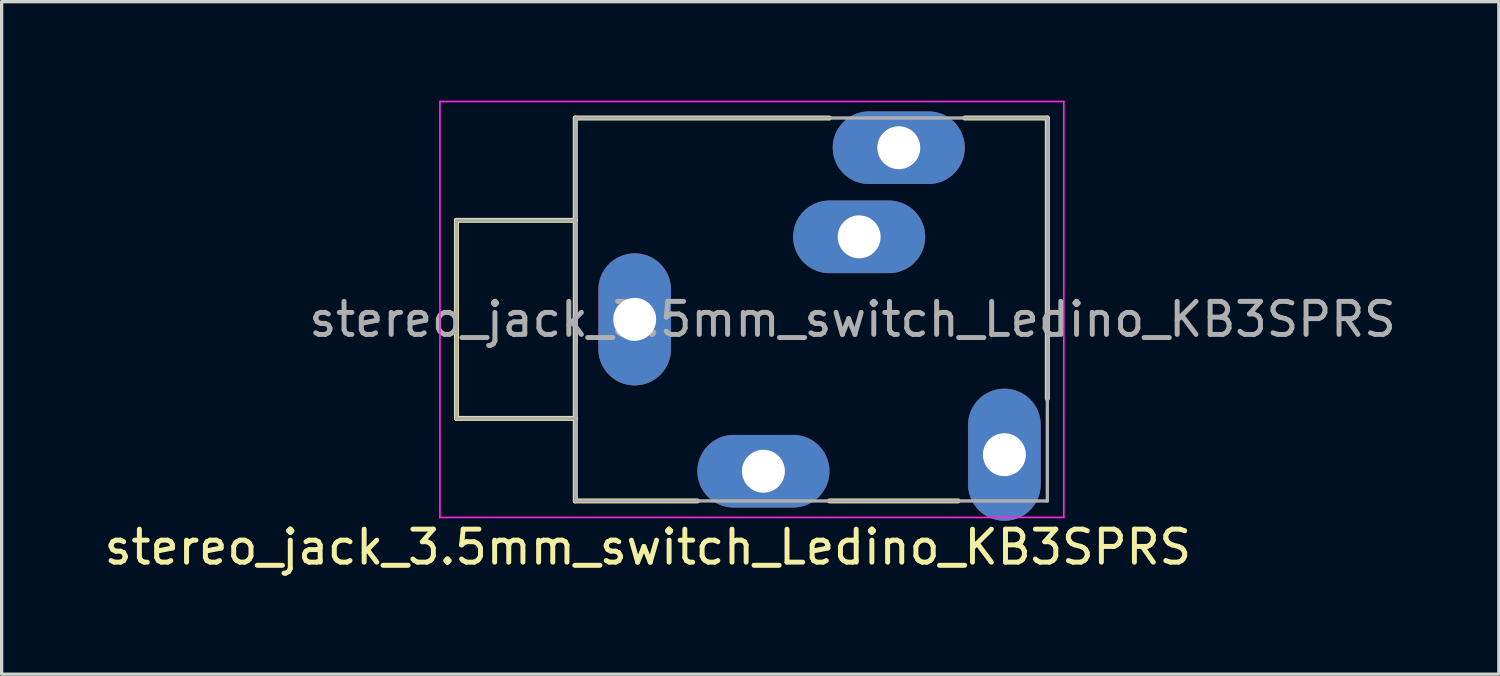
<source format=kicad_pcb>
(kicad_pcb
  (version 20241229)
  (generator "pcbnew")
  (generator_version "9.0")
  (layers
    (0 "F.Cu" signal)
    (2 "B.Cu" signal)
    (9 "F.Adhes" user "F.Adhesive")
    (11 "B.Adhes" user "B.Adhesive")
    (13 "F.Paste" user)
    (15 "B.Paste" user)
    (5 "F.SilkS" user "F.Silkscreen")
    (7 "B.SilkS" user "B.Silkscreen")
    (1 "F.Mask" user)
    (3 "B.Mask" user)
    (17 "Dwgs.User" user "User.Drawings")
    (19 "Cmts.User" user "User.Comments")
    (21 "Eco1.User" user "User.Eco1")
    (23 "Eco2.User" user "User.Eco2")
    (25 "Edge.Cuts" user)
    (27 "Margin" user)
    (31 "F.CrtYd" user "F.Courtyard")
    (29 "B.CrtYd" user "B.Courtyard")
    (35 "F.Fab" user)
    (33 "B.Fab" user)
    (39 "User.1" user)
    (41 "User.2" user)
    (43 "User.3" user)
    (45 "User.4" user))
  (footprint "stereo_jack_3.5mm_switch_Ledino_KB3SPRS"
    (layer "F.Cu")
    (at 24.177 1.425)
    (property "Reference" "stereo_jack_3.5mm_switch_Ledino_KB3SPRS" (at -7.6 12.1 0) (layer "F.SilkS") (effects (font (size 1 1) (thickness 0.15))))
    (attr through_hole)
    (fp_line (start -13.4 2.2) (end -9.8 2.2) (stroke (width 0.15) (type solid)) (layer "F.SilkS"))
    (fp_line (start -13.4 8.2) (end -13.4 2.2) (stroke (width 0.15) (type solid)) (layer "F.SilkS"))
    (fp_line (start -13.4 8.2) (end -9.8 8.2) (stroke (width 0.15) (type solid)) (layer "F.SilkS"))
    (fp_line (start -9.8 -0.9) (end -9.8 10.7) (stroke (width 0.15) (type solid)) (layer "F.SilkS"))
    (fp_line (start -9.8 -0.9) (end -2.1 -0.9) (stroke (width 0.15) (type solid)) (layer "F.SilkS"))
    (fp_line (start -9.8 10.7) (end -6.1 10.7) (stroke (width 0.15) (type solid)) (layer "F.SilkS"))
    (fp_line (start -2.1 10.7) (end 1.8 10.7) (stroke (width 0.15) (type solid)) (layer "F.SilkS"))
    (fp_line (start 4.5 -0.9) (end 2 -0.9) (stroke (width 0.15) (type solid)) (layer "F.SilkS"))
    (fp_line (start 4.5 -0.9) (end 4.5 7.6) (stroke (width 0.15) (type solid)) (layer "F.SilkS"))
    (fp_line (start -13.9 -1.4) (end -13.9 11.2) (stroke (width 0.05) (type solid)) (layer "F.CrtYd"))
    (fp_line (start -13.9 11.2) (end 5 11.2) (stroke (width 0.05) (type solid)) (layer "F.CrtYd"))
    (fp_line (start 5 -1.4) (end -13.9 -1.4) (stroke (width 0.05) (type solid)) (layer "F.CrtYd"))
    (fp_line (start 5 11.2) (end 5 -1.4) (stroke (width 0.05) (type solid)) (layer "F.CrtYd"))
    (fp_line (start -13.4 2.2) (end -13.4 8.2) (stroke (width 0.1) (type solid)) (layer "F.Fab"))
    (fp_line (start -13.4 2.2) (end -9.8 2.2) (stroke (width 0.1) (type solid)) (layer "F.Fab"))
    (fp_line (start -13.4 8.2) (end -9.8 8.2) (stroke (width 0.1) (type solid)) (layer "F.Fab"))
    (fp_line (start -9.8 -0.9) (end -9.8 10.7) (stroke (width 0.1) (type solid)) (layer "F.Fab"))
    (fp_line (start -9.8 10.7) (end 4.5 10.7) (stroke (width 0.1) (type solid)) (layer "F.Fab"))
    (fp_line (start 4.5 -0.9) (end -9.8 -0.9) (stroke (width 0.1) (type solid)) (layer "F.Fab"))
    (fp_line (start 4.5 10.7) (end 4.5 -0.9) (stroke (width 0.1) (type solid)) (layer "F.Fab"))
    (fp_text user "${REFERENCE}" (at -1.4 5.2 0) (layer "F.Fab") (effects (font (size 1 1) (thickness 0.15))))
    (pad "1" thru_hole oval (at 0 0) (size 4 2.2) (drill 1.3) (layers "*.Cu" "*.Mask"))
    (pad "2" thru_hole oval (at -4.1 9.8) (size 4 2.2) (drill 1.3) (layers "*.Cu" "*.Mask"))
    (pad "3" thru_hole oval (at -8 5.2) (size 2.2 4) (drill 1.3) (layers "*.Cu" "*.Mask"))
    (pad "4" thru_hole oval (at -1.2 2.7) (size 4 2.2) (drill 1.3) (layers "*.Cu" "*.Mask"))
    (pad "5" thru_hole oval (at 3.2 9.3 90) (size 4 2.2) (drill 1.3) (layers "*.Cu" "*.Mask")))
  (gr_rect
    (start -3 -3)
    (end 42.355 17.373)
    (stroke (width 0.1) (type default))
    (fill no)
    (layer "Edge.Cuts")))
</source>
